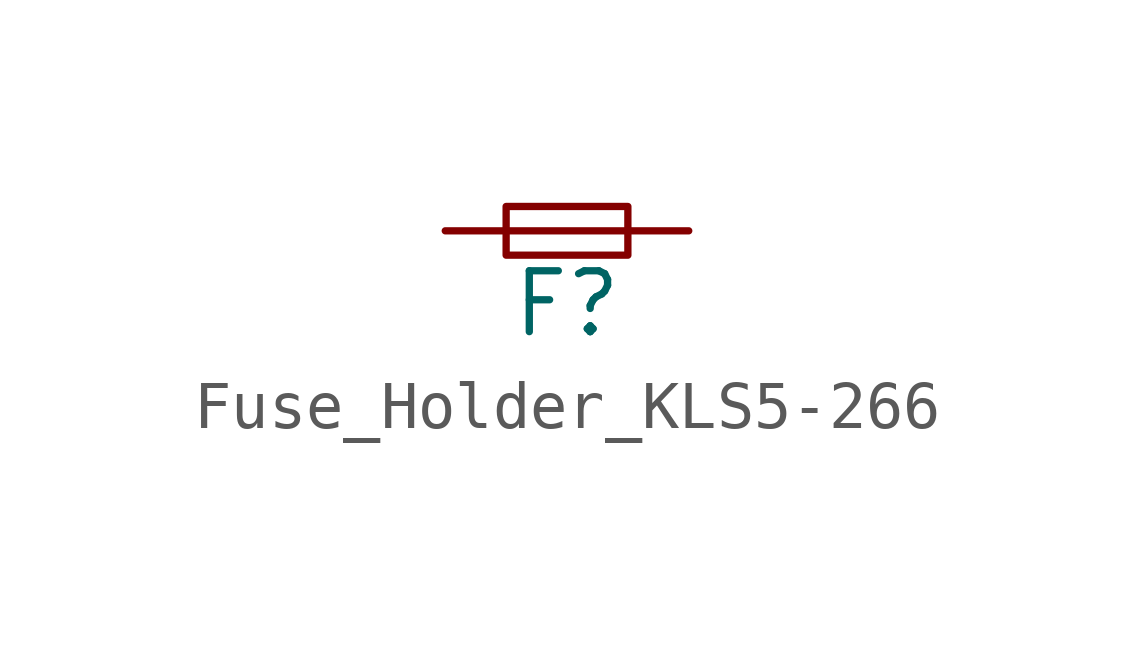
<source format=kicad_sym>
(kicad_symbol_lib
  (version 20211014)
  (generator kicad_symbol_editor)
  (symbol "Fuse_Holder_KLS5-266"
    (pin_numbers hide)
    (pin_names
      (offset 0.254) hide)
    (property "Reference" "F"
      (at 0 -1.524 0)
      (effects (font (size 1.27 1.27))))
    (symbol "Fuse_Holder_KLS5-266_0_1"
      (rectangle (start -1.27 0.508) (end 1.27 -0.508) (stroke (width 0) (type default) (color 0 0 0 0)) (fill (type none)))
      (polyline (pts (xy -1.27 0) (xy 1.27 0)) (stroke (width 0) (type default) (color 0 0 0 0)) (fill (type none))))
    (symbol "Fuse_Holder_KLS5-266_1_1"
      (pin passive line (at -2.54 0 0) (length 1.27) (name "~" (effects (font (size 1.27 1.27)))) (number "1" (effects (font (size 1.27 1.27)))))
      (pin passive line (at 2.54 0 180) (length 1.27) (name "~" (effects (font (size 1.27 1.27)))) (number "2" (effects (font (size 1.27 1.27))))))))
</source>
